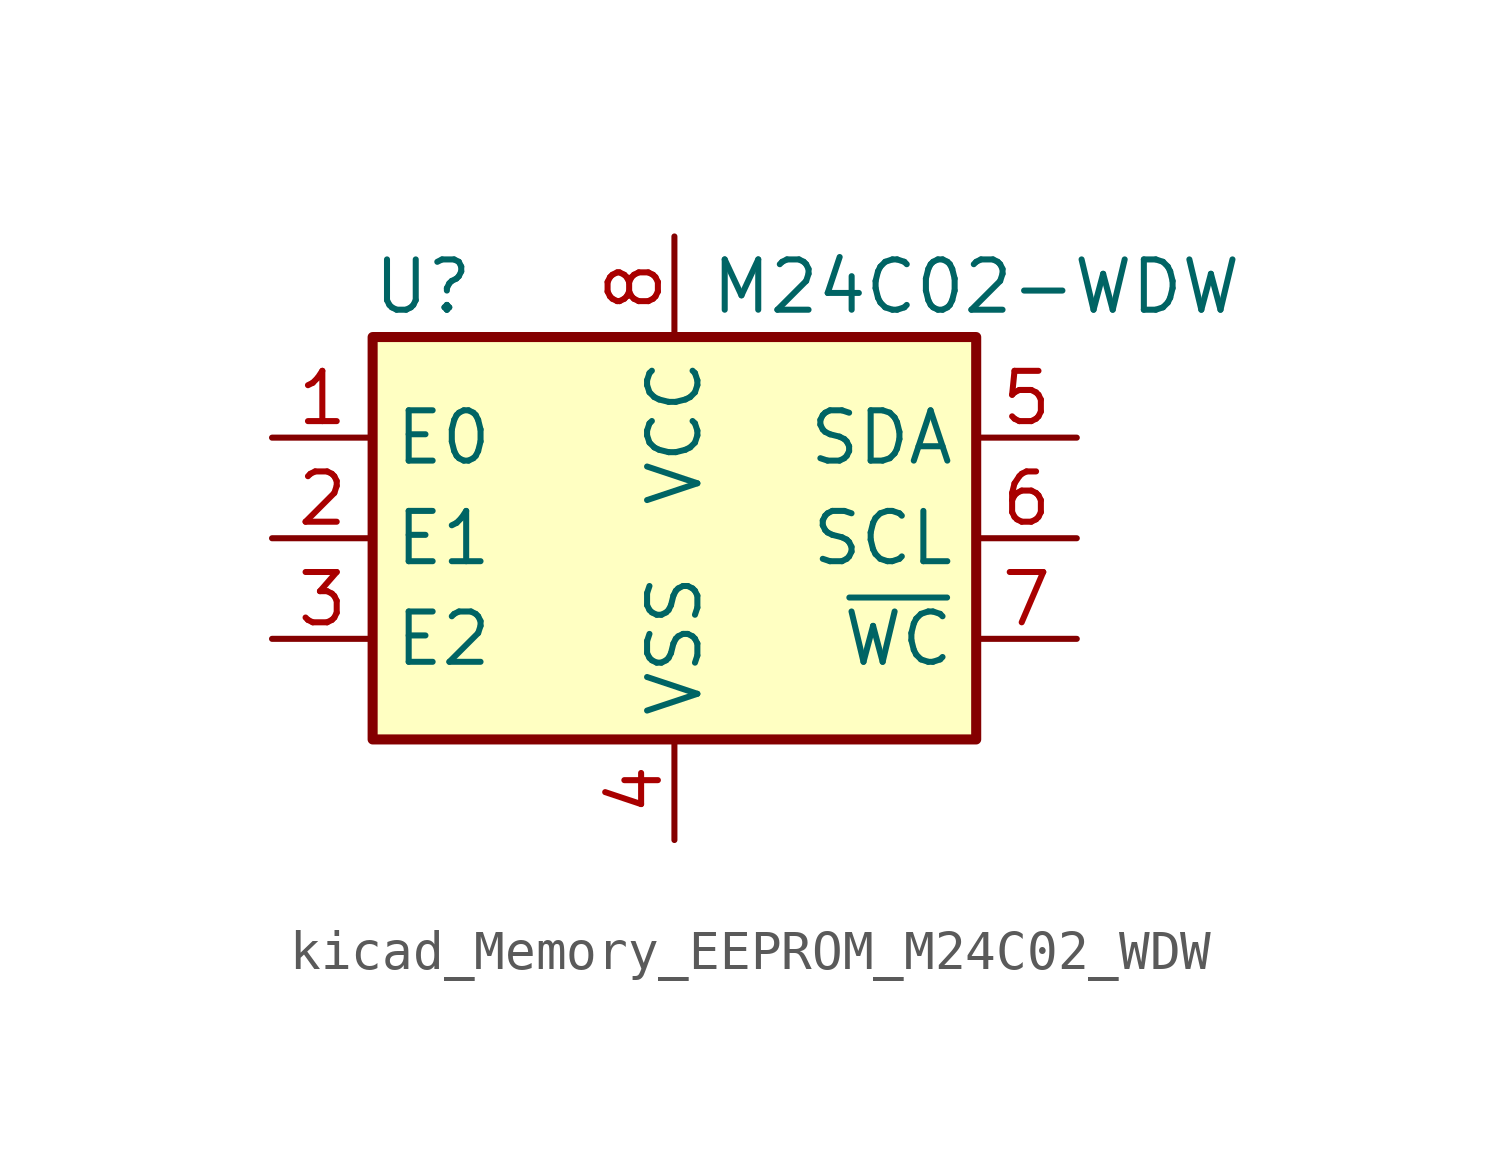
<source format=kicad_sym>
(kicad_symbol_lib
  (version 20220914)
  (generator kicad_symbol_editor)
  (symbol "kicad_Memory_EEPROM_M24C02_WDW"
    (property "Reference" "U"
      (at -6.35 6.35 0)
      (effects (font (size 1.27 1.27))))
    (property "Value" "M24C02-WDW"
      (at 7.62 6.35 0)
      (effects (font (size 1.27 1.27))))
    (symbol "kicad_Memory_EEPROM_M24C02_WDW_0_1"
      (rectangle (start -7.62 5.08) (end 7.62 -5.08) (stroke (width 0.254) (type default)) (fill (type background))))
    (symbol "kicad_Memory_EEPROM_M24C02_WDW_1_1"
      (pin input line (at -10.16 2.54 0) (length 2.54) (name "E0" (effects (font (size 1.27 1.27)))) (number "1" (effects (font (size 1.27 1.27)))))
      (pin input line (at -10.16 0 0) (length 2.54) (name "E1" (effects (font (size 1.27 1.27)))) (number "2" (effects (font (size 1.27 1.27)))))
      (pin input line (at -10.16 -2.54 0) (length 2.54) (name "E2" (effects (font (size 1.27 1.27)))) (number "3" (effects (font (size 1.27 1.27)))))
      (pin power_in line (at 0 -7.62 90) (length 2.54) (name "VSS" (effects (font (size 1.27 1.27)))) (number "4" (effects (font (size 1.27 1.27)))))
      (pin bidirectional line (at 10.16 2.54 180) (length 2.54) (name "SDA" (effects (font (size 1.27 1.27)))) (number "5" (effects (font (size 1.27 1.27)))))
      (pin input line (at 10.16 0 180) (length 2.54) (name "SCL" (effects (font (size 1.27 1.27)))) (number "6" (effects (font (size 1.27 1.27)))))
      (pin input line (at 10.16 -2.54 180) (length 2.54) (name "~{WC}" (effects (font (size 1.27 1.27)))) (number "7" (effects (font (size 1.27 1.27)))))
      (pin power_in line (at 0 7.62 270) (length 2.54) (name "VCC" (effects (font (size 1.27 1.27)))) (number "8" (effects (font (size 1.27 1.27))))))))
</source>
